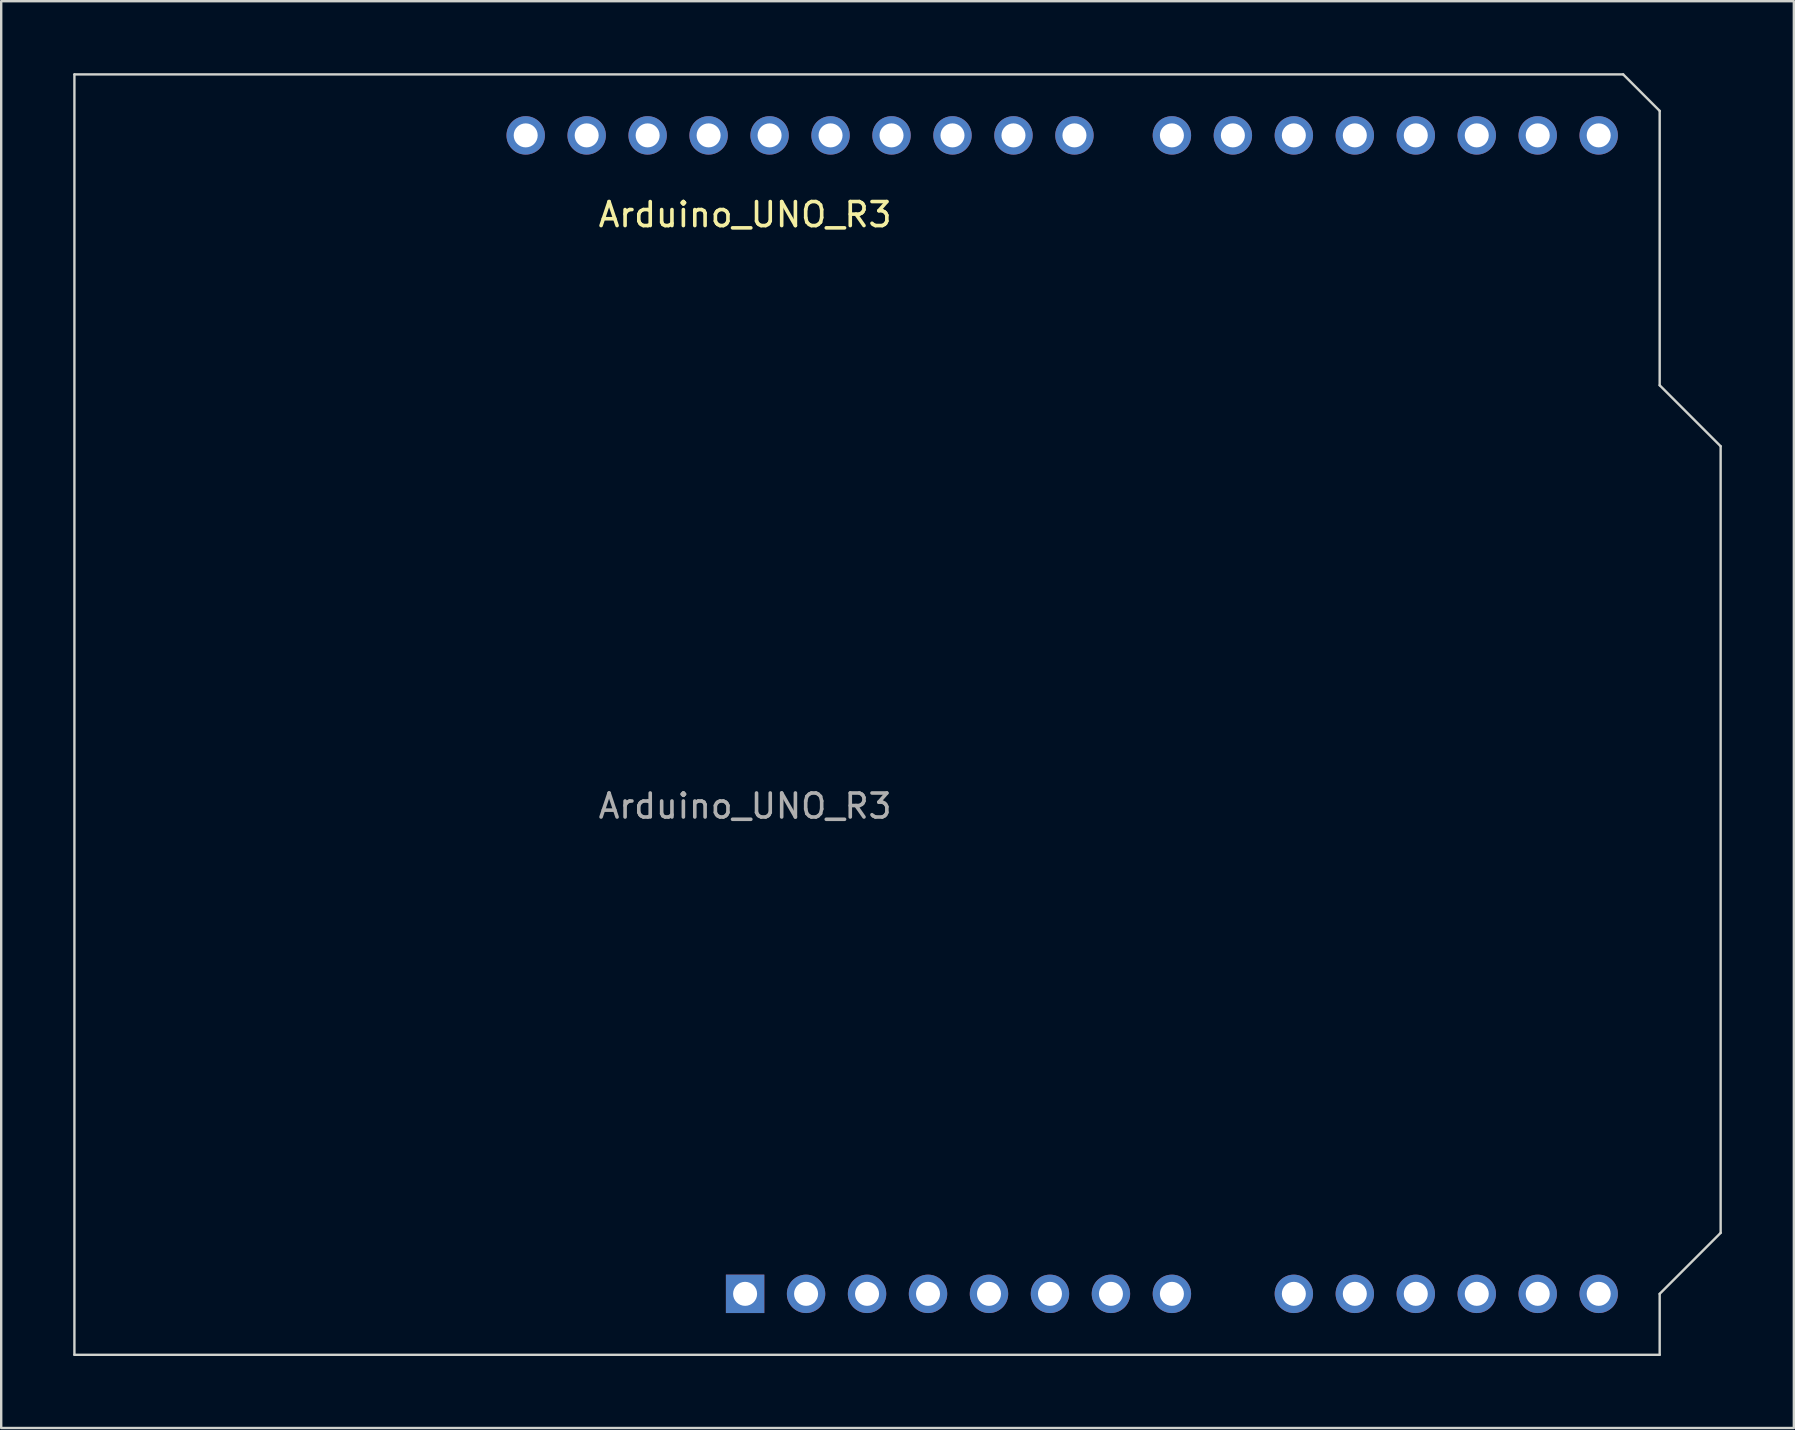
<source format=kicad_pcb>
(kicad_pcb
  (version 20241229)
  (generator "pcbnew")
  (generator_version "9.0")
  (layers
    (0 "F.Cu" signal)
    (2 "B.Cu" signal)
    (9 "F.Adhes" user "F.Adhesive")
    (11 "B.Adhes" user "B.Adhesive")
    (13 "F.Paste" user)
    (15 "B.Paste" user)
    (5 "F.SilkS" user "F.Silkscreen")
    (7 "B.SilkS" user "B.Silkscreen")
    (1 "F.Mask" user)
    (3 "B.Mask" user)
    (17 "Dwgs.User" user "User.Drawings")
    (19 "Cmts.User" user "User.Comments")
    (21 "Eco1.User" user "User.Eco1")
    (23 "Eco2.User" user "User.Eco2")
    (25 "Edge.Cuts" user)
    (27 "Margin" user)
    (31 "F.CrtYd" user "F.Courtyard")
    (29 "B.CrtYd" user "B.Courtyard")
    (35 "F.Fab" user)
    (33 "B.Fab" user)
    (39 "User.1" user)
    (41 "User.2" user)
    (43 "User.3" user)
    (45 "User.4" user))
  (footprint "Arduino_UNO_R3"
    (layer "F.Cu")
    (at 27.99 2.59)
    (property "Reference" "Arduino_UNO_R3" (at 0 3.302 180) (layer "F.SilkS") (effects (font (size 1 1) (thickness 0.15))))
    (attr through_hole)
    (fp_line (start -27.94 -2.54) (end -27.94 50.8) (stroke (width 0.1) (type solid)) (layer "Edge.Cuts"))
    (fp_line (start -27.94 50.8) (end 38.1 50.8) (stroke (width 0.1) (type solid)) (layer "Edge.Cuts"))
    (fp_line (start 36.58 -2.54) (end -27.94 -2.54) (stroke (width 0.1) (type solid)) (layer "Edge.Cuts"))
    (fp_line (start 38.1 -1.02) (end 36.58 -2.54) (stroke (width 0.1) (type solid)) (layer "Edge.Cuts"))
    (fp_line (start 38.1 10.41) (end 38.1 -1.02) (stroke (width 0.1) (type solid)) (layer "Edge.Cuts"))
    (fp_line (start 38.1 48.26) (end 40.64 45.72) (stroke (width 0.1) (type solid)) (layer "Edge.Cuts"))
    (fp_line (start 38.1 50.8) (end 38.1 48.26) (stroke (width 0.1) (type solid)) (layer "Edge.Cuts"))
    (fp_line (start 40.64 12.95) (end 38.1 10.41) (stroke (width 0.1) (type solid)) (layer "Edge.Cuts"))
    (fp_line (start 40.64 45.72) (end 40.64 12.95) (stroke (width 0.1) (type solid)) (layer "Edge.Cuts"))
    (fp_text user "${REFERENCE}" (at 0 27.94 180) (layer "F.Fab") (effects (font (size 1 1) (thickness 0.15))))
    (pad "1" thru_hole rect (at 0 48.26 270) (size 1.6 1.6) (drill 1) (layers "*.Cu" "*.Mask"))
    (pad "2" thru_hole oval (at 2.54 48.26 270) (size 1.6 1.6) (drill 1) (layers "*.Cu" "*.Mask"))
    (pad "3" thru_hole oval (at 5.08 48.26 270) (size 1.6 1.6) (drill 1) (layers "*.Cu" "*.Mask"))
    (pad "4" thru_hole oval (at 7.62 48.26 270) (size 1.6 1.6) (drill 1) (layers "*.Cu" "*.Mask"))
    (pad "5" thru_hole oval (at 10.16 48.26 270) (size 1.6 1.6) (drill 1) (layers "*.Cu" "*.Mask"))
    (pad "6" thru_hole oval (at 12.7 48.26 270) (size 1.6 1.6) (drill 1) (layers "*.Cu" "*.Mask"))
    (pad "7" thru_hole oval (at 15.24 48.26 270) (size 1.6 1.6) (drill 1) (layers "*.Cu" "*.Mask"))
    (pad "8" thru_hole oval (at 17.78 48.26 270) (size 1.6 1.6) (drill 1) (layers "*.Cu" "*.Mask"))
    (pad "9" thru_hole oval (at 22.86 48.26 270) (size 1.6 1.6) (drill 1) (layers "*.Cu" "*.Mask"))
    (pad "10" thru_hole oval (at 25.4 48.26 270) (size 1.6 1.6) (drill 1) (layers "*.Cu" "*.Mask"))
    (pad "11" thru_hole oval (at 27.94 48.26 270) (size 1.6 1.6) (drill 1) (layers "*.Cu" "*.Mask"))
    (pad "12" thru_hole oval (at 30.48 48.26 270) (size 1.6 1.6) (drill 1) (layers "*.Cu" "*.Mask"))
    (pad "13" thru_hole oval (at 33.02 48.26 270) (size 1.6 1.6) (drill 1) (layers "*.Cu" "*.Mask"))
    (pad "14" thru_hole oval (at 35.56 48.26 270) (size 1.6 1.6) (drill 1) (layers "*.Cu" "*.Mask"))
    (pad "15" thru_hole oval (at 35.56 0 270) (size 1.6 1.6) (drill 1) (layers "*.Cu" "*.Mask"))
    (pad "16" thru_hole oval (at 33.02 0 270) (size 1.6 1.6) (drill 1) (layers "*.Cu" "*.Mask"))
    (pad "17" thru_hole oval (at 30.48 0 270) (size 1.6 1.6) (drill 1) (layers "*.Cu" "*.Mask"))
    (pad "18" thru_hole oval (at 27.94 0 270) (size 1.6 1.6) (drill 1) (layers "*.Cu" "*.Mask"))
    (pad "19" thru_hole oval (at 25.4 0 270) (size 1.6 1.6) (drill 1) (layers "*.Cu" "*.Mask"))
    (pad "20" thru_hole oval (at 22.86 0 270) (size 1.6 1.6) (drill 1) (layers "*.Cu" "*.Mask"))
    (pad "21" thru_hole oval (at 20.32 0 270) (size 1.6 1.6) (drill 1) (layers "*.Cu" "*.Mask"))
    (pad "22" thru_hole oval (at 17.78 0 270) (size 1.6 1.6) (drill 1) (layers "*.Cu" "*.Mask"))
    (pad "23" thru_hole oval (at 13.72 0 270) (size 1.6 1.6) (drill 1) (layers "*.Cu" "*.Mask"))
    (pad "24" thru_hole oval (at 11.18 0 270) (size 1.6 1.6) (drill 1) (layers "*.Cu" "*.Mask"))
    (pad "25" thru_hole oval (at 8.64 0 270) (size 1.6 1.6) (drill 1) (layers "*.Cu" "*.Mask"))
    (pad "26" thru_hole oval (at 6.1 0 270) (size 1.6 1.6) (drill 1) (layers "*.Cu" "*.Mask"))
    (pad "27" thru_hole oval (at 3.56 0 270) (size 1.6 1.6) (drill 1) (layers "*.Cu" "*.Mask"))
    (pad "28" thru_hole oval (at 1.02 0 270) (size 1.6 1.6) (drill 1) (layers "*.Cu" "*.Mask"))
    (pad "29" thru_hole oval (at -1.52 0 270) (size 1.6 1.6) (drill 1) (layers "*.Cu" "*.Mask"))
    (pad "30" thru_hole oval (at -4.06 0 270) (size 1.6 1.6) (drill 1) (layers "*.Cu" "*.Mask"))
    (pad "31" thru_hole oval (at -6.6 0 270) (size 1.6 1.6) (drill 1) (layers "*.Cu" "*.Mask"))
    (pad "32" thru_hole oval (at -9.14 0 270) (size 1.6 1.6) (drill 1) (layers "*.Cu" "*.Mask")))
  (gr_rect
    (start -3 -3)
    (end 71.68 56.44)
    (stroke (width 0.1) (type default))
    (fill no)
    (layer "Edge.Cuts")))
</source>
